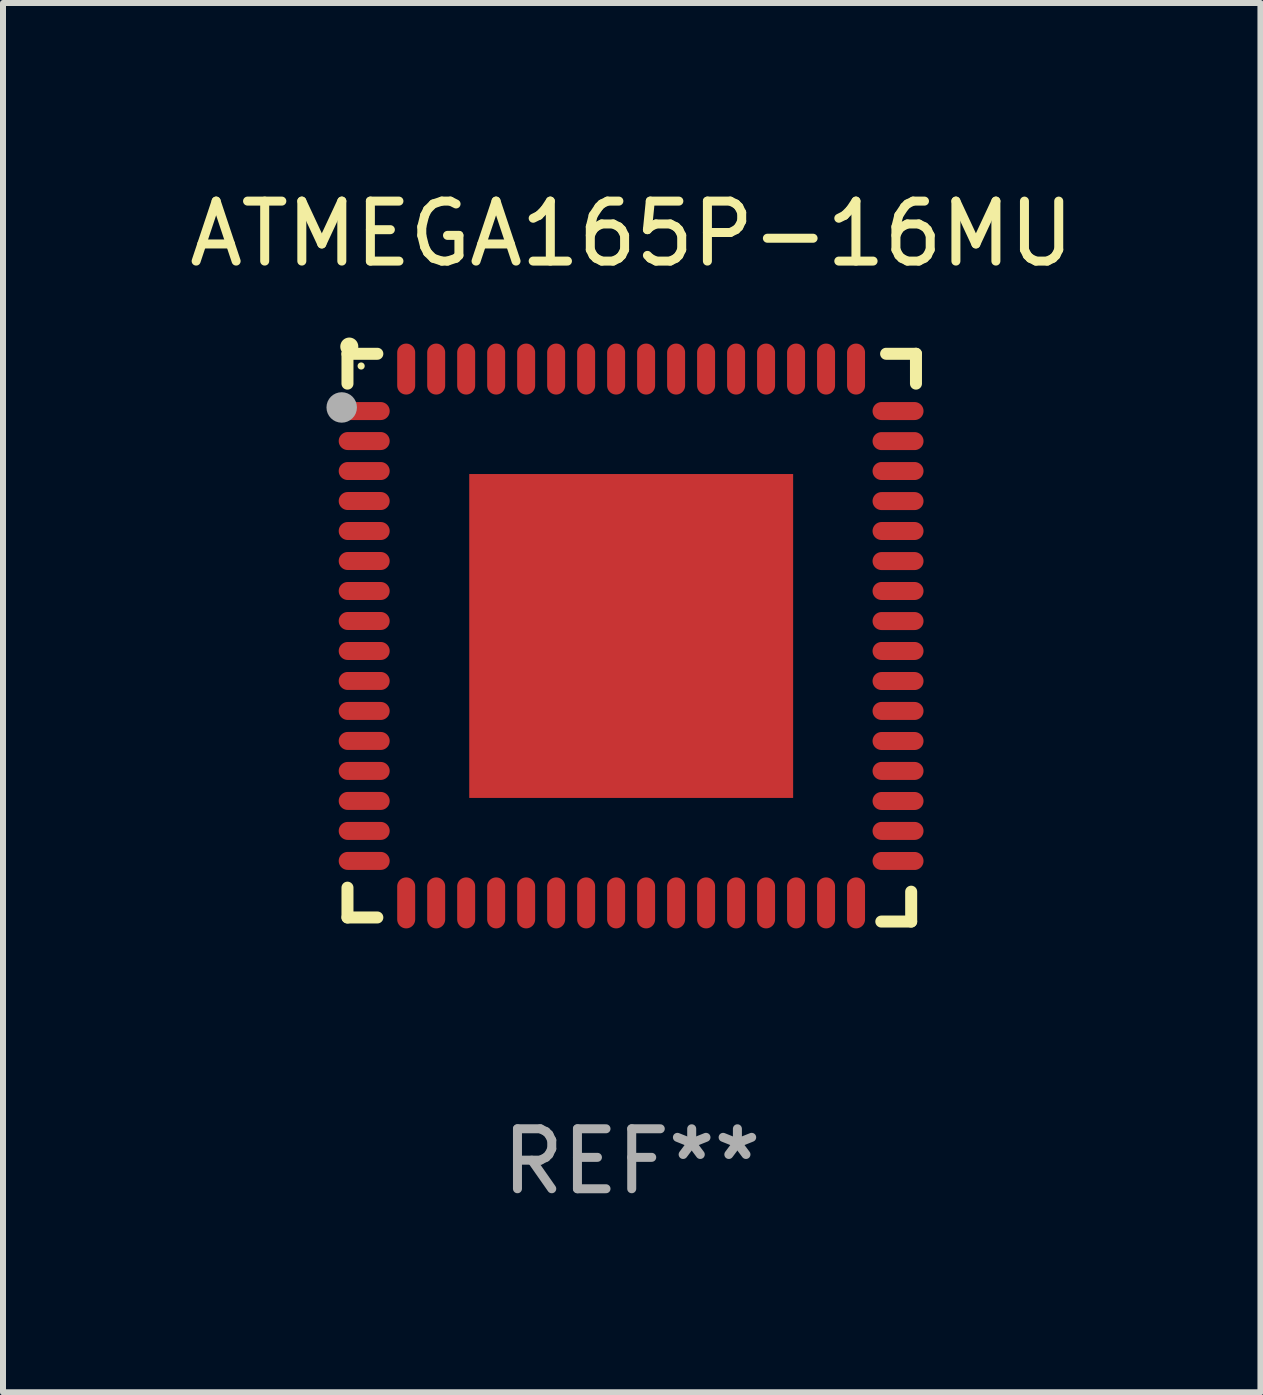
<source format=kicad_pcb>
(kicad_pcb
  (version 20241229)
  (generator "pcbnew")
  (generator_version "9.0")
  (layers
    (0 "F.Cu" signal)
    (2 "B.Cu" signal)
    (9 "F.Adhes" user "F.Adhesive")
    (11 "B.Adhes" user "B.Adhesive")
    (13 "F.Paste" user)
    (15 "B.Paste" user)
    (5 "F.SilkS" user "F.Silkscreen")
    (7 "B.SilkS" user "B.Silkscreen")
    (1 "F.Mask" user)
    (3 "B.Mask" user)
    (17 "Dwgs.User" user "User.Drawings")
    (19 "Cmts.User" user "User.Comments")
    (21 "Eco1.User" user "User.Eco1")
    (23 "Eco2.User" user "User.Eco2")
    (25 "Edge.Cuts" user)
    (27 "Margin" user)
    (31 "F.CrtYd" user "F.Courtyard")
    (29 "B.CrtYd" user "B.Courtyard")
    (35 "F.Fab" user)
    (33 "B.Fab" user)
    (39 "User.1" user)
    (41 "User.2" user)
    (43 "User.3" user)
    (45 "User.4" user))
  (footprint "ATMEGA165P-16MU"
    (layer "F.Cu")
    (at 7.482 7.581)
    (property "Reference" "ATMEGA165P-16MU" (at 0 -6.733 0) (layer "F.SilkS") (effects (font (size 1 1) (thickness 0.15))))
    (attr through_hole)
    (fp_line (start -4.739 -4.733) (end -4.241 -4.733) (stroke (width 0.2) (type solid)) (layer "F.SilkS"))
    (fp_line (start -4.739 -4.235) (end -4.739 -4.733) (stroke (width 0.2) (type solid)) (layer "F.SilkS"))
    (fp_line (start -4.739 4.168) (end -4.739 4.665) (stroke (width 0.2) (type solid)) (layer "F.SilkS"))
    (fp_line (start -4.739 4.665) (end -4.241 4.665) (stroke (width 0.2) (type solid)) (layer "F.SilkS"))
    (fp_line (start 4.161 4.733) (end 4.659 4.733) (stroke (width 0.2) (type solid)) (layer "F.SilkS"))
    (fp_line (start 4.241 -4.733) (end 4.739 -4.733) (stroke (width 0.2) (type solid)) (layer "F.SilkS"))
    (fp_line (start 4.659 4.733) (end 4.659 4.235) (stroke (width 0.2) (type solid)) (layer "F.SilkS"))
    (fp_line (start 4.739 -4.733) (end 4.739 -4.235) (stroke (width 0.2) (type solid)) (layer "F.SilkS"))
    (fp_arc (start -4.708623 -4.85108) (mid -4.708628 -4.85235) (end -4.708623 -4.85362) (stroke (width 0.3) (type solid)) (layer "F.SilkS"))
    (fp_circle (center -4.511 -4.529) (end -4.481 -4.529) (stroke (width 0.06) (type solid)) (fill no) (layer "F.SilkS"))
    (fp_circle (center -4.835 -3.838) (end -4.708 -3.838) (stroke (width 0.254) (type solid)) (fill no) (layer "F.Fab"))
    (fp_text user "REF**" (at 0 8.733 0) (layer "F.Fab") (effects (font (size 1 1) (thickness 0.15))))
    (pad "1" smd oval (at -4.46 -3.778) (size 0.85 0.3) (layers "F.Cu" "F.Mask" "F.Paste"))
    (pad "2" smd oval (at -4.46 -3.278) (size 0.85 0.3) (layers "F.Cu" "F.Mask" "F.Paste"))
    (pad "3" smd oval (at -4.46 -2.778) (size 0.85 0.3) (layers "F.Cu" "F.Mask" "F.Paste"))
    (pad "4" smd oval (at -4.46 -2.278) (size 0.85 0.3) (layers "F.Cu" "F.Mask" "F.Paste"))
    (pad "5" smd oval (at -4.46 -1.778) (size 0.85 0.3) (layers "F.Cu" "F.Mask" "F.Paste"))
    (pad "6" smd oval (at -4.46 -1.278) (size 0.85 0.3) (layers "F.Cu" "F.Mask" "F.Paste"))
    (pad "7" smd oval (at -4.46 -0.778) (size 0.85 0.3) (layers "F.Cu" "F.Mask" "F.Paste"))
    (pad "8" smd oval (at -4.46 -0.278) (size 0.85 0.3) (layers "F.Cu" "F.Mask" "F.Paste"))
    (pad "9" smd oval (at -4.46 0.222) (size 0.85 0.3) (layers "F.Cu" "F.Mask" "F.Paste"))
    (pad "10" smd oval (at -4.46 0.722) (size 0.85 0.3) (layers "F.Cu" "F.Mask" "F.Paste"))
    (pad "11" smd oval (at -4.46 1.222) (size 0.85 0.3) (layers "F.Cu" "F.Mask" "F.Paste"))
    (pad "12" smd oval (at -4.46 1.722) (size 0.85 0.3) (layers "F.Cu" "F.Mask" "F.Paste"))
    (pad "13" smd oval (at -4.46 2.222) (size 0.85 0.3) (layers "F.Cu" "F.Mask" "F.Paste"))
    (pad "14" smd oval (at -4.46 2.722) (size 0.85 0.3) (layers "F.Cu" "F.Mask" "F.Paste"))
    (pad "15" smd oval (at -4.46 3.222) (size 0.85 0.3) (layers "F.Cu" "F.Mask" "F.Paste"))
    (pad "16" smd oval (at -4.46 3.722) (size 0.85 0.3) (layers "F.Cu" "F.Mask" "F.Paste"))
    (pad "17" smd oval (at -3.76 4.422) (size 0.3 0.85) (layers "F.Cu" "F.Mask" "F.Paste"))
    (pad "18" smd oval (at -3.26 4.422) (size 0.3 0.85) (layers "F.Cu" "F.Mask" "F.Paste"))
    (pad "19" smd oval (at -2.76 4.422) (size 0.3 0.85) (layers "F.Cu" "F.Mask" "F.Paste"))
    (pad "20" smd oval (at -2.26 4.422) (size 0.3 0.85) (layers "F.Cu" "F.Mask" "F.Paste"))
    (pad "21" smd oval (at -1.76 4.422) (size 0.3 0.85) (layers "F.Cu" "F.Mask" "F.Paste"))
    (pad "22" smd oval (at -1.26 4.422) (size 0.3 0.85) (layers "F.Cu" "F.Mask" "F.Paste"))
    (pad "23" smd oval (at -0.76 4.422) (size 0.3 0.85) (layers "F.Cu" "F.Mask" "F.Paste"))
    (pad "24" smd oval (at -0.26 4.422) (size 0.3 0.85) (layers "F.Cu" "F.Mask" "F.Paste"))
    (pad "25" smd oval (at 0.24 4.422) (size 0.3 0.85) (layers "F.Cu" "F.Mask" "F.Paste"))
    (pad "26" smd oval (at 0.74 4.422) (size 0.3 0.85) (layers "F.Cu" "F.Mask" "F.Paste"))
    (pad "27" smd oval (at 1.24 4.422) (size 0.3 0.85) (layers "F.Cu" "F.Mask" "F.Paste"))
    (pad "28" smd oval (at 1.74 4.422) (size 0.3 0.85) (layers "F.Cu" "F.Mask" "F.Paste"))
    (pad "29" smd oval (at 2.24 4.422) (size 0.3 0.85) (layers "F.Cu" "F.Mask" "F.Paste"))
    (pad "30" smd oval (at 2.74 4.422) (size 0.3 0.85) (layers "F.Cu" "F.Mask" "F.Paste"))
    (pad "31" smd oval (at 3.24 4.422) (size 0.3 0.85) (layers "F.Cu" "F.Mask" "F.Paste"))
    (pad "32" smd oval (at 3.74 4.422) (size 0.3 0.85) (layers "F.Cu" "F.Mask" "F.Paste"))
    (pad "33" smd oval (at 4.44 3.723) (size 0.85 0.3) (layers "F.Cu" "F.Mask" "F.Paste"))
    (pad "34" smd oval (at 4.44 3.222) (size 0.85 0.3) (layers "F.Cu" "F.Mask" "F.Paste"))
    (pad "35" smd oval (at 4.44 2.723) (size 0.85 0.3) (layers "F.Cu" "F.Mask" "F.Paste"))
    (pad "36" smd oval (at 4.44 2.222) (size 0.85 0.3) (layers "F.Cu" "F.Mask" "F.Paste"))
    (pad "37" smd oval (at 4.44 1.723) (size 0.85 0.3) (layers "F.Cu" "F.Mask" "F.Paste"))
    (pad "38" smd oval (at 4.44 1.222) (size 0.85 0.3) (layers "F.Cu" "F.Mask" "F.Paste"))
    (pad "39" smd oval (at 4.44 0.723) (size 0.85 0.3) (layers "F.Cu" "F.Mask" "F.Paste"))
    (pad "40" smd oval (at 4.44 0.222) (size 0.85 0.3) (layers "F.Cu" "F.Mask" "F.Paste"))
    (pad "41" smd oval (at 4.44 -0.277) (size 0.85 0.3) (layers "F.Cu" "F.Mask" "F.Paste"))
    (pad "42" smd oval (at 4.44 -0.778) (size 0.85 0.3) (layers "F.Cu" "F.Mask" "F.Paste"))
    (pad "43" smd oval (at 4.44 -1.277) (size 0.85 0.3) (layers "F.Cu" "F.Mask" "F.Paste"))
    (pad "44" smd oval (at 4.44 -1.778) (size 0.85 0.3) (layers "F.Cu" "F.Mask" "F.Paste"))
    (pad "45" smd oval (at 4.44 -2.277) (size 0.85 0.3) (layers "F.Cu" "F.Mask" "F.Paste"))
    (pad "46" smd oval (at 4.44 -2.778) (size 0.85 0.3) (layers "F.Cu" "F.Mask" "F.Paste"))
    (pad "47" smd oval (at 4.44 -3.277) (size 0.85 0.3) (layers "F.Cu" "F.Mask" "F.Paste"))
    (pad "48" smd oval (at 4.44 -3.778) (size 0.85 0.3) (layers "F.Cu" "F.Mask" "F.Paste"))
    (pad "49" smd oval (at 3.74 -4.478) (size 0.3 0.85) (layers "F.Cu" "F.Mask" "F.Paste"))
    (pad "50" smd oval (at 3.24 -4.478) (size 0.3 0.85) (layers "F.Cu" "F.Mask" "F.Paste"))
    (pad "51" smd oval (at 2.74 -4.478) (size 0.3 0.85) (layers "F.Cu" "F.Mask" "F.Paste"))
    (pad "52" smd oval (at 2.24 -4.478) (size 0.3 0.85) (layers "F.Cu" "F.Mask" "F.Paste"))
    (pad "53" smd oval (at 1.74 -4.478) (size 0.3 0.85) (layers "F.Cu" "F.Mask" "F.Paste"))
    (pad "54" smd oval (at 1.24 -4.478) (size 0.3 0.85) (layers "F.Cu" "F.Mask" "F.Paste"))
    (pad "55" smd oval (at 0.74 -4.478) (size 0.3 0.85) (layers "F.Cu" "F.Mask" "F.Paste"))
    (pad "56" smd oval (at 0.24 -4.478) (size 0.3 0.85) (layers "F.Cu" "F.Mask" "F.Paste"))
    (pad "57" smd oval (at -0.26 -4.478) (size 0.3 0.85) (layers "F.Cu" "F.Mask" "F.Paste"))
    (pad "58" smd oval (at -0.76 -4.478) (size 0.3 0.85) (layers "F.Cu" "F.Mask" "F.Paste"))
    (pad "59" smd oval (at -1.26 -4.478) (size 0.3 0.85) (layers "F.Cu" "F.Mask" "F.Paste"))
    (pad "60" smd oval (at -1.76 -4.478) (size 0.3 0.85) (layers "F.Cu" "F.Mask" "F.Paste"))
    (pad "61" smd oval (at -2.26 -4.478) (size 0.3 0.85) (layers "F.Cu" "F.Mask" "F.Paste"))
    (pad "62" smd oval (at -2.76 -4.478) (size 0.3 0.85) (layers "F.Cu" "F.Mask" "F.Paste"))
    (pad "63" smd oval (at -3.26 -4.478) (size 0.3 0.85) (layers "F.Cu" "F.Mask" "F.Paste"))
    (pad "64" smd oval (at -3.76 -4.478) (size 0.3 0.85) (layers "F.Cu" "F.Mask" "F.Paste"))
    (pad "65" smd rect (at -0.009 -0.028 90) (size 5.4 5.4) (layers "F.Cu" "F.Mask" "F.Paste")))
  (gr_rect
    (start -3 -3)
    (end 17.964 20.162)
    (stroke (width 0.1) (type default))
    (fill no)
    (layer "Edge.Cuts")))
</source>
